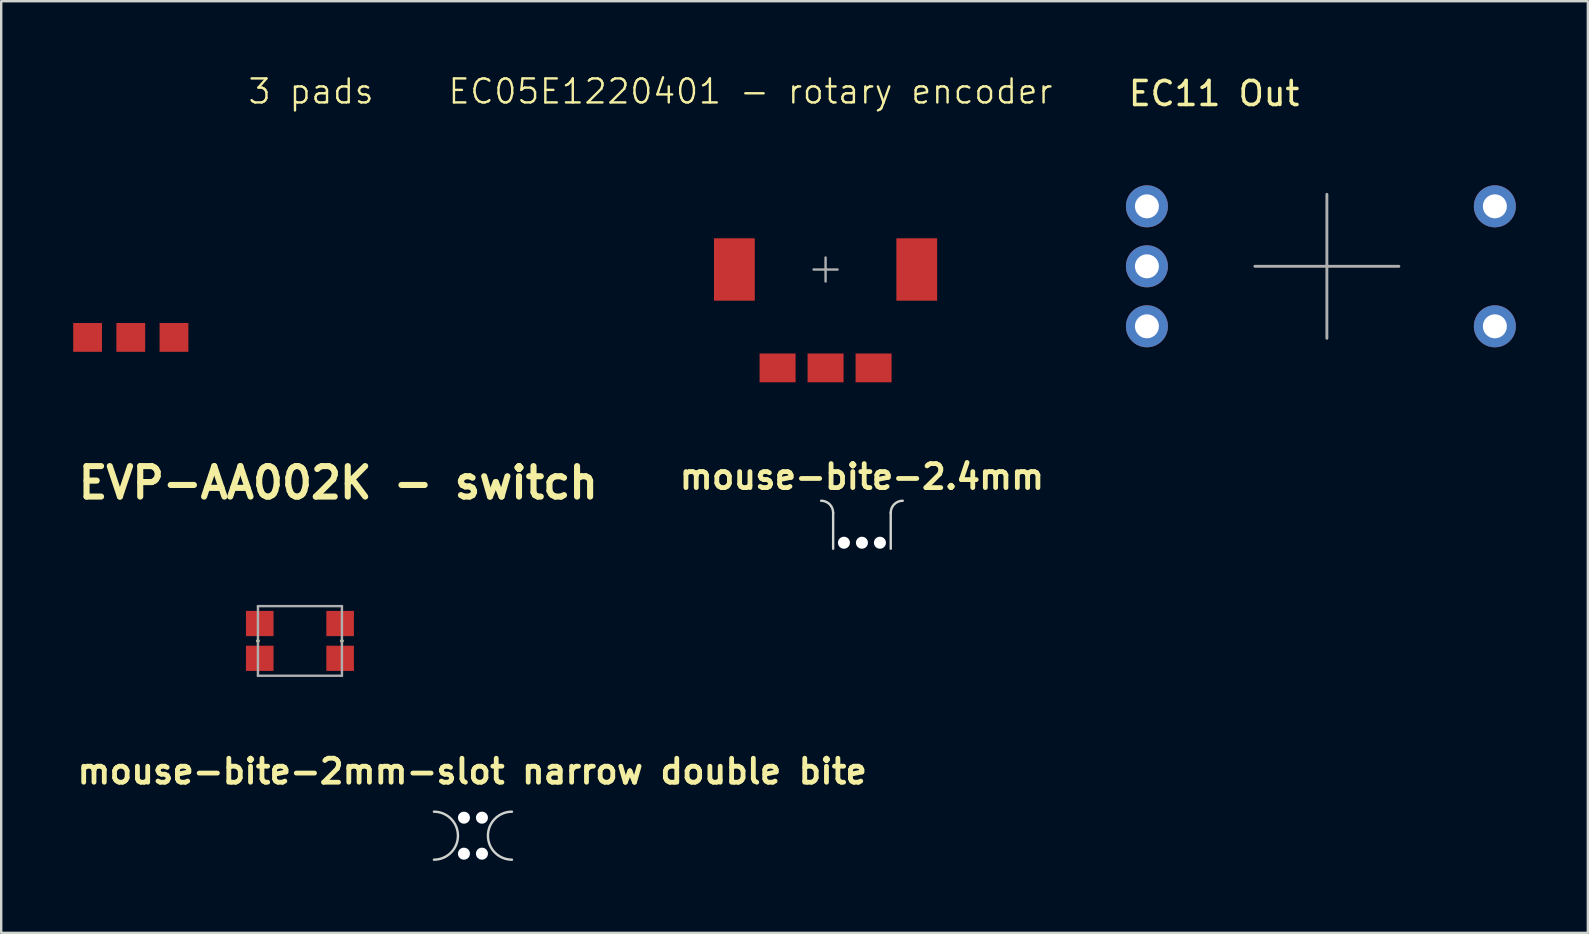
<source format=kicad_pcb>
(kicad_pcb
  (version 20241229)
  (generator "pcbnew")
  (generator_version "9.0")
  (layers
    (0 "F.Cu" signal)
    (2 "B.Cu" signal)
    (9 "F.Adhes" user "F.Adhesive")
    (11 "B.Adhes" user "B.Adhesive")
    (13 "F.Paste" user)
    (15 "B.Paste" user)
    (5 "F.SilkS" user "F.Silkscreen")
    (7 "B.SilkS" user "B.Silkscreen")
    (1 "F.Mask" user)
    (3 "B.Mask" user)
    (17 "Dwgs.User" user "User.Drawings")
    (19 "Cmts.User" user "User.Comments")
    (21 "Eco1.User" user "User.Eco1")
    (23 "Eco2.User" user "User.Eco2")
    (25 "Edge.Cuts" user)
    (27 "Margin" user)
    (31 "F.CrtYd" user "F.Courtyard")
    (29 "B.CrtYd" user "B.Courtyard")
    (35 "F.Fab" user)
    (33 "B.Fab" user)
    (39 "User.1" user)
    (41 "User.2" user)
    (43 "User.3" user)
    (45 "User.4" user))
  (footprint "mouse-bite-2.4mm"
    (layer "F.Cu")
    (at 32.869 18.817)
    (property "Reference" "mouse-bite-2.4mm" (at 0 -2 0) (layer "F.SilkS") (effects (font (size 1 1) (thickness 0.2))))
    (attr through_hole)
    (fp_line (start -1.2 1) (end -1.2 -0.5) (stroke (width 0.1) (type default)) (layer "Edge.Cuts"))
    (fp_line (start 1.2 1) (end 1.2 -0.5) (stroke (width 0.1) (type default)) (layer "Edge.Cuts"))
    (fp_arc (start -1.7 -1) (mid -1.346447 -0.853553) (end -1.2 -0.5) (stroke (width 0.1) (type default)) (layer "Edge.Cuts"))
    (fp_arc (start 1.2 -0.5) (mid 1.346446 -0.853554) (end 1.7 -1) (stroke (width 0.1) (type default)) (layer "Edge.Cuts"))
    (pad "" np_thru_hole circle (at -0.75 0.75) (size 0.5 0.5) (drill 0.5) (layers "*.Cu" "*.Mask"))
    (pad "" np_thru_hole circle (at 0 0.75) (size 0.5 0.5) (drill 0.5) (layers "*.Cu" "*.Mask"))
    (pad "" np_thru_hole circle (at 0.75 0.75) (size 0.5 0.5) (drill 0.5) (layers "*.Cu" "*.Mask")))
  (footprint "mouse-bite-2mm-slot narrow double bite"
    (layer "F.Cu")
    (at 16.659 31.775)
    (property "Reference" "mouse-bite-2mm-slot narrow double bite" (at -0.03 -2.68 0) (layer "F.SilkS") (effects (font (size 1 1) (thickness 0.2))))
    (attr through_hole)
    (fp_arc (start -1.625 -1) (mid -0.625 0) (end -1.625 1) (stroke (width 0.1) (type solid)) (layer "Edge.Cuts"))
    (fp_arc (start 1.625 1) (mid 0.625 0) (end 1.625 -1) (stroke (width 0.1) (type solid)) (layer "Edge.Cuts"))
    (pad "" np_thru_hole circle (at -0.375 -0.75) (size 0.5 0.5) (drill 0.5) (layers "*.Cu" "*.Mask"))
    (pad "" np_thru_hole circle (at -0.375 0.75) (size 0.5 0.5) (drill 0.5) (layers "*.Cu" "*.Mask"))
    (pad "" np_thru_hole circle (at 0.375 -0.75) (size 0.5 0.5) (drill 0.5) (layers "*.Cu" "*.Mask"))
    (pad "" np_thru_hole circle (at 0.375 0.75) (size 0.5 0.5) (drill 0.5) (layers "*.Cu" "*.Mask")))
  (footprint "EC05E1220401 - rotary encoder"
    (layer "F.Cu")
    (at 31.354 8.181)
    (property "Reference" "EC05E1220401 - rotary encoder" (at -3.13 -7.42 0) (unlocked yes) (layer "F.SilkS") (effects (font (size 1 1) (thickness 0.1))))
    (attr smd)
    (fp_line (start 0 0) (end -0.5 0) (stroke (width 0.1) (type default)) (layer "F.Fab"))
    (fp_line (start 0 0) (end 0 -0.5) (stroke (width 0.1) (type default)) (layer "F.Fab"))
    (fp_line (start 0 0) (end 0 0.5) (stroke (width 0.1) (type default)) (layer "F.Fab"))
    (fp_line (start 0 0) (end 0.5 0) (stroke (width 0.1) (type default)) (layer "F.Fab"))
    (pad "A" smd rect (at -2 4.1) (size 1.5 1.2) (layers "F.Cu" "F.Mask" "F.Paste"))
    (pad "B" smd rect (at 2 4.1) (size 1.5 1.2) (layers "F.Cu" "F.Mask" "F.Paste"))
    (pad "C" smd rect (at 0 4.1) (size 1.5 1.2) (layers "F.Cu" "F.Mask" "F.Paste"))
    (pad "MP1" smd rect (at -3.8 0) (size 1.7 2.6) (layers "F.Cu" "F.Mask" "F.Paste"))
    (pad "MP2" smd rect (at 3.8 0) (size 1.7 2.6) (layers "F.Cu" "F.Mask" "F.Paste")))
  (footprint "EVP-AA002K - switch"
    (layer "F.Cu")
    (at 9.449 23.659)
    (property "Reference" "EVP-AA002K - switch" (at 1.6 -6.59 0) (layer "F.SilkS") (effects (font (size 1.27 1.27) (thickness 0.254))))
    (attr smd)
    (fp_line (start -1.75 0) (end -1.75 0) (stroke (width 0.15) (type solid)) (layer "F.SilkS"))
    (fp_line (start 1.75 0) (end 1.75 0) (stroke (width 0.15) (type solid)) (layer "F.SilkS"))
    (fp_line (start -1.75 -1.45) (end 1.75 -1.45) (stroke (width 0.1) (type solid)) (layer "F.Fab"))
    (fp_line (start -1.75 1.45) (end -1.75 -1.45) (stroke (width 0.1) (type solid)) (layer "F.Fab"))
    (fp_line (start 1.75 -1.45) (end 1.75 1.45) (stroke (width 0.1) (type solid)) (layer "F.Fab"))
    (fp_line (start 1.75 1.45) (end -1.75 1.45) (stroke (width 0.1) (type solid)) (layer "F.Fab"))
    (pad "A1" smd rect (at -1.675 -0.725 90) (size 1.05 1.15) (layers "F.Cu" "F.Mask" "F.Paste"))
    (pad "A2" smd rect (at -1.675 0.725 90) (size 1.05 1.15) (layers "F.Cu" "F.Mask" "F.Paste"))
    (pad "B1" smd rect (at 1.675 -0.725 90) (size 1.05 1.15) (layers "F.Cu" "F.Mask" "F.Paste"))
    (pad "B2" smd rect (at 1.675 0.725 90) (size 1.05 1.15) (layers "F.Cu" "F.Mask" "F.Paste")))
  (footprint "3 pads"
    (layer "F.Cu")
    (at 2.4 11.011)
    (property "Reference" "3 pads" (at 7.51 -10.25 0) (unlocked yes) (layer "F.SilkS") (effects (font (size 1 1) (thickness 0.1))))
    (attr smd)
    (pad "A" smd rect (at -1.8 0) (size 1.2 1.2) (layers "F.Cu" "F.Mask" "F.Paste"))
    (pad "B" smd rect (at 1.8 0) (size 1.2 1.2) (layers "F.Cu" "F.Mask" "F.Paste"))
    (pad "C" smd rect (at 0 0) (size 1.2 1.2) (layers "F.Cu" "F.Mask" "F.Paste")))
  (footprint "EC11 Out"
    (layer "F.Cu")
    (at 44.745 5.548)
    (property "Reference" "EC11 Out" (at 2.8 -4.7 0) (layer "F.SilkS") (effects (font (size 1 1) (thickness 0.15))))
    (attr through_hole)
    (fp_line (start 4.5 2.5) (end 10.5 2.5) (stroke (width 0.12) (type solid)) (layer "F.Fab"))
    (fp_line (start 7.5 -0.5) (end 7.5 5.5) (stroke (width 0.12) (type solid)) (layer "F.Fab"))
    (pad "A" thru_hole circle (at 0 0) (size 1.75 1.75) (drill 1) (layers "*.Cu" "*.Mask"))
    (pad "B" thru_hole circle (at 0 5) (size 1.75 1.75) (drill 1) (layers "*.Cu" "*.Mask"))
    (pad "C" thru_hole circle (at 0 2.5) (size 1.75 1.75) (drill 1) (layers "*.Cu" "*.Mask"))
    (pad "S1" thru_hole circle (at 14.5 5) (size 1.75 1.75) (drill 1) (layers "*.Cu" "*.Mask"))
    (pad "S2" thru_hole circle (at 14.5 0) (size 1.75 1.75) (drill 1) (layers "*.Cu" "*.Mask")))
  (gr_rect
    (start -3 -3)
    (end 63.12 35.825)
    (stroke (width 0.1) (type default))
    (fill no)
    (layer "Edge.Cuts")))
</source>
